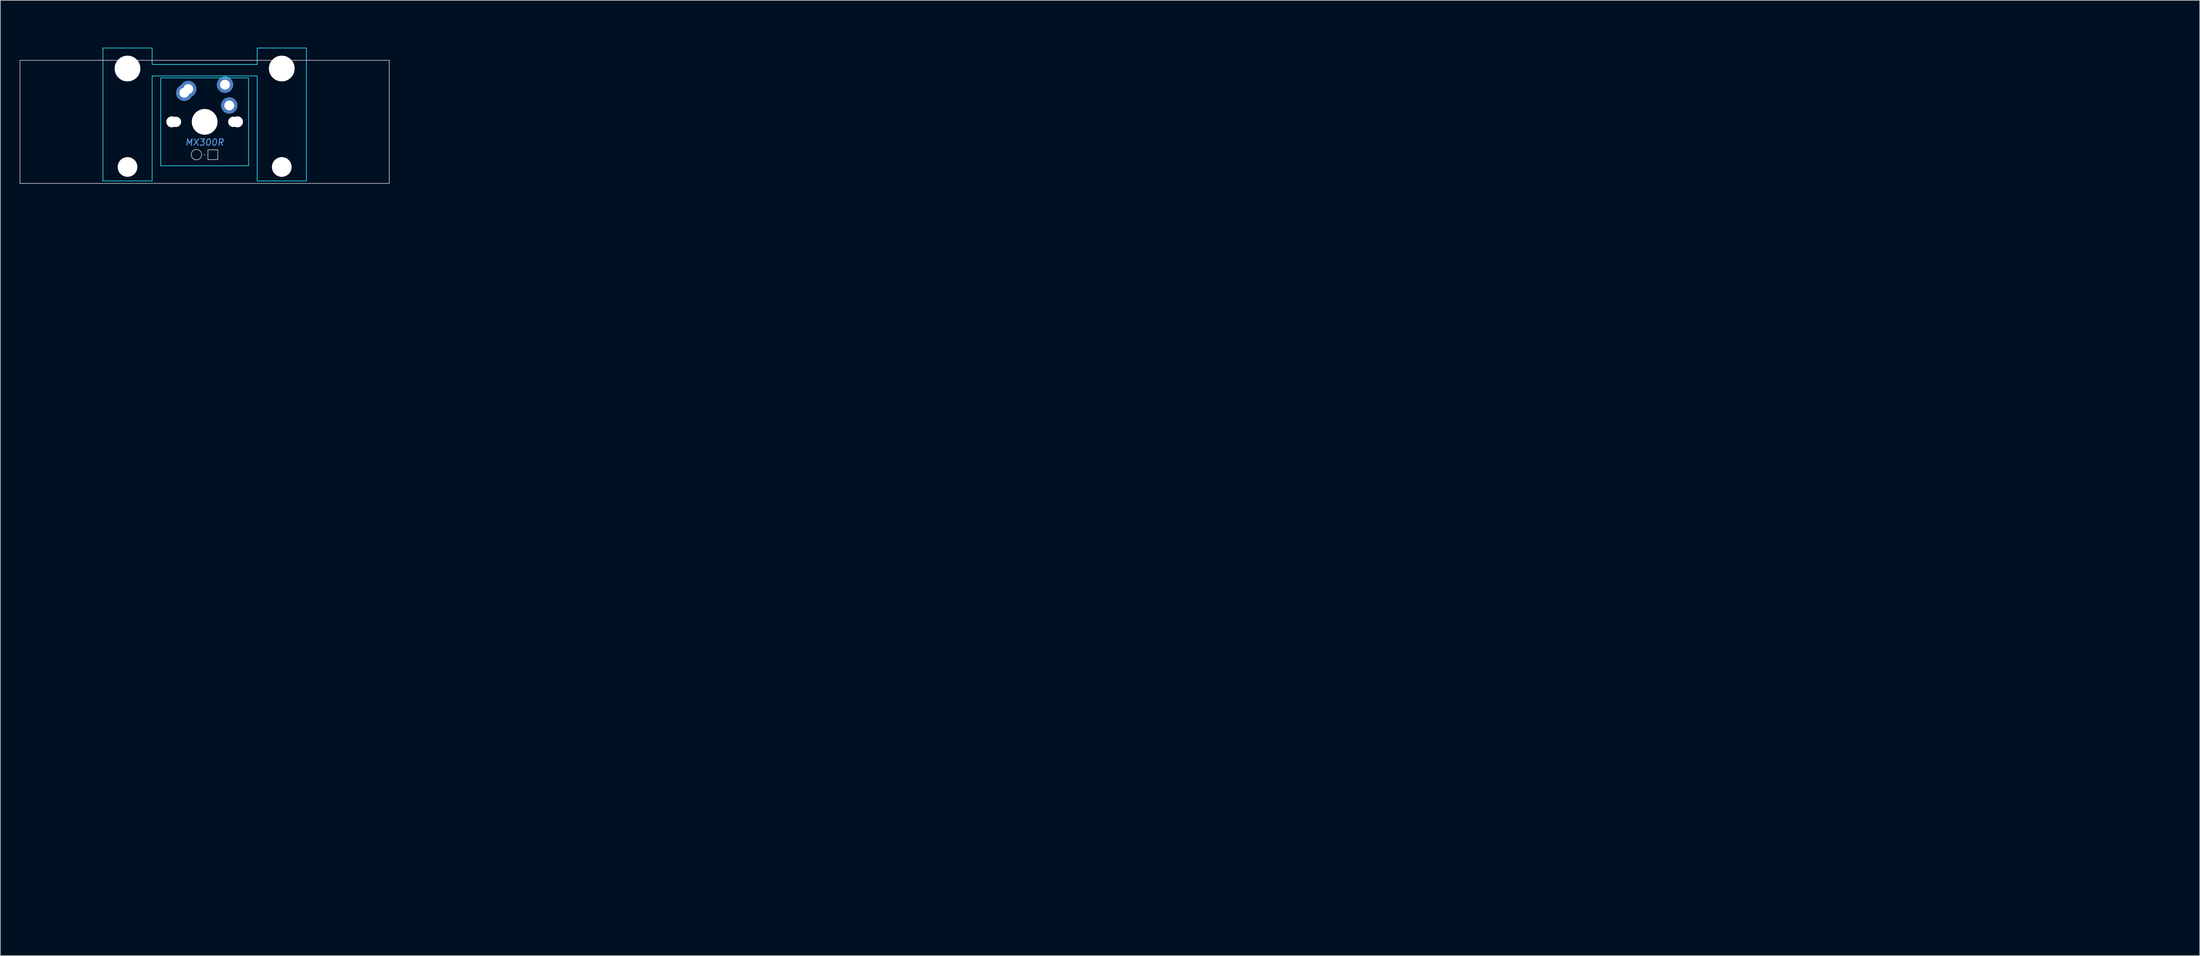
<source format=kicad_pcb>
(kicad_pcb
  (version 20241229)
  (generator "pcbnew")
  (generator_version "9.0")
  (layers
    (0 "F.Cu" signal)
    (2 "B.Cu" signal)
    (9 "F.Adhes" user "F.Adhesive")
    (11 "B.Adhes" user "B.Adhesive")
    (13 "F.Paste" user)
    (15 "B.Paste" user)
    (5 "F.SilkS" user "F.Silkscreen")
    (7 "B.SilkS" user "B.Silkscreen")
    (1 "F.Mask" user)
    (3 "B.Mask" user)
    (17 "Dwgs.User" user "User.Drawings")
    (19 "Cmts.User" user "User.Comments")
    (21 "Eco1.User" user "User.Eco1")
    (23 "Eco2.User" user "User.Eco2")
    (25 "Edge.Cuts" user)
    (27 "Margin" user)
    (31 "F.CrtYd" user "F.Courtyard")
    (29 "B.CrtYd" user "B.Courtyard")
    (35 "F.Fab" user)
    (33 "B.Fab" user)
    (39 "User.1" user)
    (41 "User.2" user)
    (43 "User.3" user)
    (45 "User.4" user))
  (footprint "MX300R"
    (layer "F.Cu")
    (at 28.625 15.815)
    (property "Reference" "MX300R" (at 0 3.175 0) (layer "Cmts.User") (effects (font (size 1 1) (thickness 0.15) (italic yes))))
    (attr through_hole)
    (fp_line (start -28.575 -9.525) (end -28.575 9.525) (stroke (width 0.1) (type solid)) (layer "Dwgs.User"))
    (fp_line (start -28.575 -9.525) (end 28.575 -9.525) (stroke (width 0.1) (type solid)) (layer "Dwgs.User"))
    (fp_line (start -28.575 9.525) (end 28.575 9.525) (stroke (width 0.1) (type solid)) (layer "Dwgs.User"))
    (fp_line (start -0.127 5.08) (end 0.127 5.08) (stroke (width 0.05) (type solid)) (layer "Dwgs.User"))
    (fp_line (start 0 5.207) (end 0 4.953) (stroke (width 0.05) (type solid)) (layer "Dwgs.User"))
    (fp_line (start 0.508 4.318) (end 0.508 5.842) (stroke (width 0.1) (type solid)) (layer "Dwgs.User"))
    (fp_line (start 0.508 4.318) (end 2.032 4.318) (stroke (width 0.1) (type solid)) (layer "Dwgs.User"))
    (fp_line (start 0.508 5.842) (end 2.032 5.842) (stroke (width 0.1) (type solid)) (layer "Dwgs.User"))
    (fp_line (start 2.032 5.842) (end 2.032 4.318) (stroke (width 0.1) (type solid)) (layer "Dwgs.User"))
    (fp_line (start 28.575 -9.525) (end 28.575 9.525) (stroke (width 0.1) (type solid)) (layer "Dwgs.User"))
    (fp_circle (center -1.27 5.08) (end -0.467 5.08) (stroke (width 0.1) (type solid)) (fill no) (layer "Dwgs.User"))
    (fp_line (start -23.241 0.509) (end -22.225 0.509) (stroke (width 0.1) (type solid)) (layer "Eco1.User"))
    (fp_line (start -23.241 3.303) (end -23.241 0.509) (stroke (width 0.1) (type solid)) (layer "Eco1.User"))
    (fp_line (start -22.225 0.509) (end -22.225 -6.603) (stroke (width 0.1) (type solid)) (layer "Eco1.User"))
    (fp_line (start -22.225 3.303) (end -23.241 3.303) (stroke (width 0.1) (type solid)) (layer "Eco1.User"))
    (fp_line (start -22.225 -6.603) (end -20.421 -6.603) (stroke (width 0.1) (type solid)) (layer "Eco1.User"))
    (fp_line (start -22.225 5.69) (end -22.225 3.303) (stroke (width 0.1) (type solid)) (layer "Eco1.User"))
    (fp_line (start -20.421 -7.772) (end -17.373 -7.772) (stroke (width 0.1) (type solid)) (layer "Eco1.User"))
    (fp_line (start -20.421 -6.603) (end -20.421 -7.772) (stroke (width 0.1) (type solid)) (layer "Eco1.User"))
    (fp_line (start -17.373 -7.772) (end -17.373 -6.603) (stroke (width 0.1) (type solid)) (layer "Eco1.User"))
    (fp_line (start -17.373 -6.603) (end -15.57 -6.603) (stroke (width 0.1) (type solid)) (layer "Eco1.User"))
    (fp_line (start -15.57 -2.286) (end -6.985 -2.286) (stroke (width 0.1) (type solid)) (layer "Eco1.User"))
    (fp_line (start -15.57 5.69) (end -22.225 5.69) (stroke (width 0.1) (type solid)) (layer "Eco1.User"))
    (fp_line (start -15.57 -6.603) (end -15.57 -2.286) (stroke (width 0.1) (type solid)) (layer "Eco1.User"))
    (fp_line (start -15.57 2.286) (end -15.57 5.69) (stroke (width 0.1) (type solid)) (layer "Eco1.User"))
    (fp_line (start -7 7) (end -6.985 2.286) (stroke (width 0.1) (type solid)) (layer "Eco1.User"))
    (fp_line (start -6.985 -2.286) (end -6.985 -6.985) (stroke (width 0.1) (type solid)) (layer "Eco1.User"))
    (fp_line (start -6.985 -6.985) (end 7 -7) (stroke (width 0.1) (type solid)) (layer "Eco1.User"))
    (fp_line (start -6.985 2.286) (end -15.57 2.286) (stroke (width 0.1) (type solid)) (layer "Eco1.User"))
    (fp_line (start -0.941 0.000055) (end 0.941 -0.000001) (stroke (width 0.1) (type solid)) (layer "Eco1.User"))
    (fp_line (start 0 -15.765) (end 0 -15.765) (stroke (width 0.1) (type solid)) (layer "Eco1.User"))
    (fp_line (start 0 -15.765) (end 0 -15.765) (stroke (width 0.1) (type solid)) (layer "Eco1.User"))
    (fp_line (start 0 -15.765) (end 0 -15.765) (stroke (width 0.1) (type solid)) (layer "Eco1.User"))
    (fp_line (start 0 0.941) (end -0.000056 -0.941) (stroke (width 0.1) (type solid)) (layer "Eco1.User"))
    (fp_line (start 6.985 -2.286) (end 15.57 -2.286) (stroke (width 0.1) (type solid)) (layer "Eco1.User"))
    (fp_line (start 6.985 2.286) (end 7 7) (stroke (width 0.1) (type solid)) (layer "Eco1.User"))
    (fp_line (start 7 -7) (end 6.985 -2.286) (stroke (width 0.1) (type solid)) (layer "Eco1.User"))
    (fp_line (start 7 7) (end -7 7) (stroke (width 0.1) (type solid)) (layer "Eco1.User"))
    (fp_line (start 15.57 -6.603) (end 17.373 -6.603) (stroke (width 0.1) (type solid)) (layer "Eco1.User"))
    (fp_line (start 15.57 -2.286) (end 15.57 -6.603) (stroke (width 0.1) (type solid)) (layer "Eco1.User"))
    (fp_line (start 15.57 2.286) (end 6.985 2.286) (stroke (width 0.1) (type solid)) (layer "Eco1.User"))
    (fp_line (start 15.57 5.69) (end 15.57 2.286) (stroke (width 0.1) (type solid)) (layer "Eco1.User"))
    (fp_line (start 17.373 -7.772) (end 20.421 -7.772) (stroke (width 0.1) (type solid)) (layer "Eco1.User"))
    (fp_line (start 17.373 -6.603) (end 17.373 -7.772) (stroke (width 0.1) (type solid)) (layer "Eco1.User"))
    (fp_line (start 20.421 -7.772) (end 20.421 -6.603) (stroke (width 0.1) (type solid)) (layer "Eco1.User"))
    (fp_line (start 20.421 -6.603) (end 22.225 -6.603) (stroke (width 0.1) (type solid)) (layer "Eco1.User"))
    (fp_line (start 22.225 -6.603) (end 22.225 0.509) (stroke (width 0.1) (type solid)) (layer "Eco1.User"))
    (fp_line (start 22.225 5.69) (end 15.57 5.69) (stroke (width 0.1) (type solid)) (layer "Eco1.User"))
    (fp_line (start 22.225 0.509) (end 23.241 0.509) (stroke (width 0.1) (type solid)) (layer "Eco1.User"))
    (fp_line (start 22.225 3.303) (end 22.225 5.69) (stroke (width 0.1) (type solid)) (layer "Eco1.User"))
    (fp_line (start 23.241 0.509) (end 23.241 3.303) (stroke (width 0.1) (type solid)) (layer "Eco1.User"))
    (fp_line (start 23.241 3.303) (end 22.225 3.303) (stroke (width 0.1) (type solid)) (layer "Eco1.User"))
    (fp_line (start 304.8 88.594) (end 304.8 90.476) (stroke (width 0.1) (type solid)) (layer "Eco1.User"))
    (fp_line (start 304.8 124.154) (end 304.8 126.036) (stroke (width 0.1) (type solid)) (layer "Eco1.User"))
    (fp_line (start 305.741 89.535) (end 303.859 89.535) (stroke (width 0.1) (type solid)) (layer "Eco1.User"))
    (fp_line (start 305.741 125.095) (end 303.859 125.095) (stroke (width 0.1) (type solid)) (layer "Eco1.User"))
    (fp_line (start -15.748 -11.43) (end -8.128 -11.43) (stroke (width 0.1) (type solid)) (layer "B.CrtYd"))
    (fp_line (start -15.748 9.144) (end -15.748 -11.43) (stroke (width 0.1) (type solid)) (layer "B.CrtYd"))
    (fp_line (start -8.128 -11.43) (end -8.128 -8.89) (stroke (width 0.1) (type solid)) (layer "B.CrtYd"))
    (fp_line (start -8.128 9.144) (end -15.748 9.144) (stroke (width 0.1) (type solid)) (layer "B.CrtYd"))
    (fp_line (start -8.128 9.144) (end -8.128 -7.112) (stroke (width 0.1) (type solid)) (layer "B.CrtYd"))
    (fp_line (start -6.8 6.8) (end -6.8 -6.8) (stroke (width 0.1) (type solid)) (layer "B.CrtYd"))
    (fp_line (start 6.8 -6.8) (end -6.8 -6.8) (stroke (width 0.1) (type solid)) (layer "B.CrtYd"))
    (fp_line (start 6.8 6.8) (end -6.8 6.8) (stroke (width 0.1) (type solid)) (layer "B.CrtYd"))
    (fp_line (start 6.8 6.8) (end 6.8 -6.8) (stroke (width 0.1) (type solid)) (layer "B.CrtYd"))
    (fp_line (start 8.128 -11.43) (end 8.128 -8.89) (stroke (width 0.1) (type solid)) (layer "B.CrtYd"))
    (fp_line (start 8.128 -11.43) (end 15.748 -11.43) (stroke (width 0.1) (type solid)) (layer "B.CrtYd"))
    (fp_line (start 8.128 -8.89) (end -8.128 -8.89) (stroke (width 0.1) (type solid)) (layer "B.CrtYd"))
    (fp_line (start 8.128 -7.112) (end -8.128 -7.112) (stroke (width 0.1) (type solid)) (layer "B.CrtYd"))
    (fp_line (start 8.128 9.144) (end 8.128 -7.112) (stroke (width 0.1) (type solid)) (layer "B.CrtYd"))
    (fp_line (start 15.748 -11.43) (end 15.748 9.144) (stroke (width 0.1) (type solid)) (layer "B.CrtYd"))
    (fp_line (start 15.748 9.144) (end 8.128 9.144) (stroke (width 0.1) (type solid)) (layer "B.CrtYd"))
    (pad "" np_thru_hole circle (at -11.938 -8.255 180) (size 3.988 3.988) (drill 3.988) (layers "*.Cu" "*.Mask"))
    (pad "" np_thru_hole circle (at -11.938 6.985 180) (size 3.048 3.048) (drill 3.048) (layers "*.Cu" "*.Mask"))
    (pad "" np_thru_hole circle (at -5.08 0) (size 1.702 1.702) (drill 1.702) (layers "*.Cu" "*.Mask"))
    (pad "" np_thru_hole circle (at -4.44 0) (size 1.6 1.6) (drill 1.6) (layers "*.Cu" "*.Mask"))
    (pad "" np_thru_hole circle (at 0 0) (size 3.988 3.988) (drill 3.988) (layers "*.Cu" "*.Mask"))
    (pad "" np_thru_hole circle (at 4.44 0) (size 1.6 1.6) (drill 1.6) (layers "*.Cu" "*.Mask"))
    (pad "" np_thru_hole circle (at 5.08 0) (size 1.702 1.702) (drill 1.702) (layers "*.Cu" "*.Mask"))
    (pad "" np_thru_hole circle (at 11.938 -8.255 180) (size 3.988 3.988) (drill 3.988) (layers "*.Cu" "*.Mask"))
    (pad "" np_thru_hole circle (at 11.938 6.985 180) (size 3.048 3.048) (drill 3.048) (layers "*.Cu" "*.Mask"))
    (pad "1" thru_hole circle (at -3.15 -4.5) (size 2.54 2.54) (drill 1.524) (layers "*.Cu" "*.Mask"))
    (pad "1" thru_hole circle (at -2.54 -5.08) (size 2.54 2.54) (drill 1.524) (layers "*.Cu" "*.Mask"))
    (pad "2" thru_hole circle (at 3.15 -5.75) (size 2.54 2.54) (drill 1.524) (layers "*.Cu" "*.Mask"))
    (pad "2" thru_hole circle (at 3.81 -2.54) (size 2.54 2.54) (drill 1.524) (layers "*.Cu" "*.Mask")))
  (gr_rect
    (start -3 -3)
    (end 337.416 144.901)
    (stroke (width 0.1) (type default))
    (fill no)
    (layer "Edge.Cuts")))
</source>
